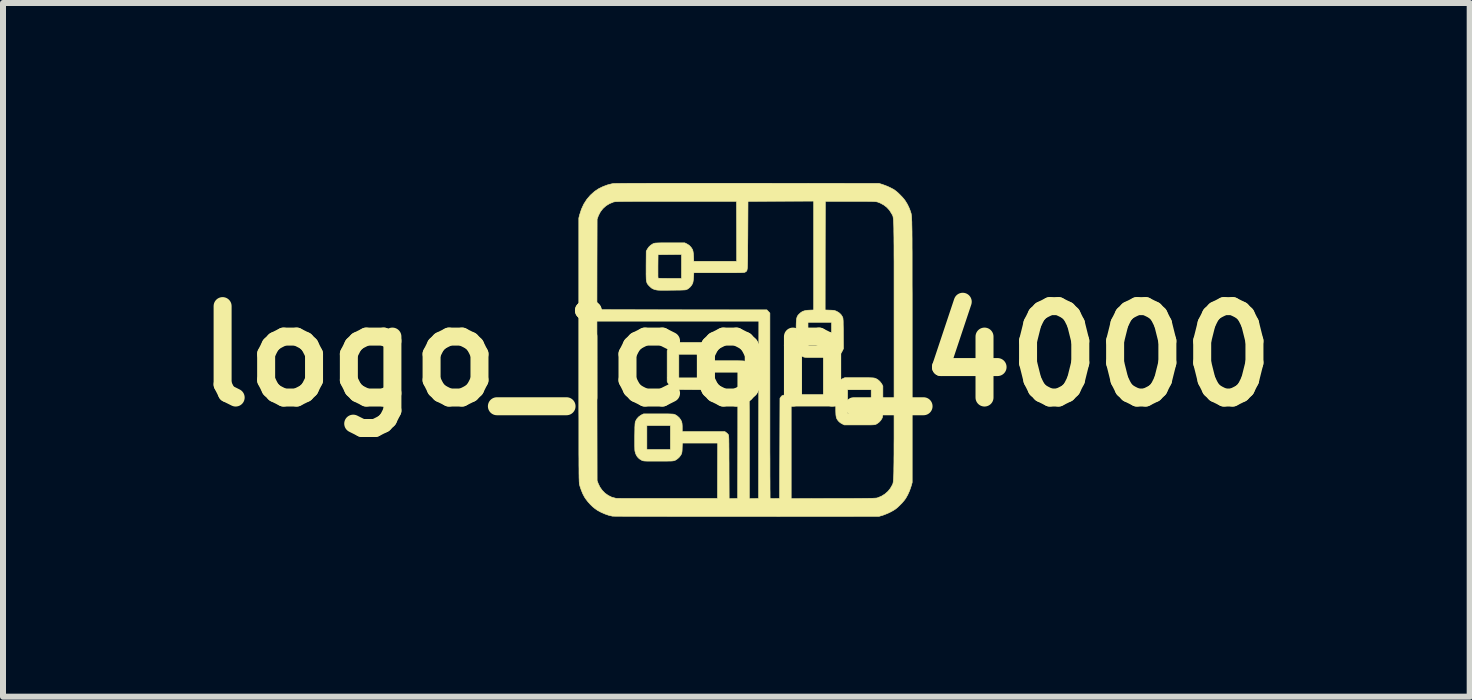
<source format=kicad_pcb>
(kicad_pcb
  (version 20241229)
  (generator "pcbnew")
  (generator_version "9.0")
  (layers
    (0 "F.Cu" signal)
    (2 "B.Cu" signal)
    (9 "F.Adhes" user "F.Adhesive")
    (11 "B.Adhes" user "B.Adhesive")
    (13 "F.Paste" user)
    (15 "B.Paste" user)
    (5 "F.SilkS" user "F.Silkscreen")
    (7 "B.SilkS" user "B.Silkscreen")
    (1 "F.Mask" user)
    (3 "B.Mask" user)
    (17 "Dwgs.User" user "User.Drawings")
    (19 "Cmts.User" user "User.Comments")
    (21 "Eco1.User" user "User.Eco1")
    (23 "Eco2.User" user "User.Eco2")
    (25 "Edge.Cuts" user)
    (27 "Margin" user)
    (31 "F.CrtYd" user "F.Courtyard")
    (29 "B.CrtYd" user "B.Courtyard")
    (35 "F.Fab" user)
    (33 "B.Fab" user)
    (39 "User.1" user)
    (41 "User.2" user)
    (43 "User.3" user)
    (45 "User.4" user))
  (footprint "logo_icon_4000"
    (layer "F.Cu")
    (at 9.224 2.887)
    (property "Reference" "logo_icon_4000" (at 0 0 0) (layer "F.SilkS") (effects (font (size 1.524 1.524) (thickness 0.3))))
    (attr through_hole)
    (fp_poly (pts (xy -0.673 -2.882) (xy -0.503 -2.882) (xy -0.321 -2.882) (xy -0.127 -2.882) (xy 0.079 -2.882) (xy 0.184 -2.882) (xy 2.378 -2.88) (xy 2.435 -2.862) (xy 2.477 -2.847) (xy 2.523 -2.829) (xy 2.567 -2.808) (xy 2.608 -2.787) (xy 2.64 -2.768) (xy 2.64 -2.767) (xy 2.668 -2.746) (xy 2.701 -2.717) (xy 2.735 -2.683) (xy 2.768 -2.649) (xy 2.795 -2.617) (xy 2.812 -2.595) (xy 2.851 -2.532) (xy 2.881 -2.469) (xy 2.898 -2.425) (xy 2.9 -2.416) (xy 2.903 -2.408) (xy 2.906 -2.401) (xy 2.908 -2.394) (xy 2.911 -2.386) (xy 2.913 -2.378) (xy 2.915 -2.369) (xy 2.916 -2.358) (xy 2.918 -2.345) (xy 2.92 -2.329) (xy 2.921 -2.311) (xy 2.922 -2.29) (xy 2.923 -2.265) (xy 2.925 -2.236) (xy 2.925 -2.202) (xy 2.926 -2.164) (xy 2.927 -2.121) (xy 2.928 -2.072) (xy 2.928 -2.017) (xy 2.929 -1.956) (xy 2.929 -1.887) (xy 2.929 -1.812) (xy 2.93 -1.729) (xy 2.93 -1.637) (xy 2.93 -1.538) (xy 2.93 -1.429) (xy 2.93 -1.311) (xy 2.93 -1.184) (xy 2.931 -1.046) (xy 2.931 -0.898) (xy 2.931 -0.74) (xy 2.931 -0.569) (xy 2.931 -0.388) (xy 2.931 -0.194) (xy 2.931 -0.095) (xy 2.931 2.105) (xy 2.913 2.168) (xy 2.888 2.241) (xy 2.857 2.31) (xy 2.822 2.372) (xy 2.819 2.376) (xy 2.795 2.408) (xy 2.764 2.444) (xy 2.729 2.48) (xy 2.694 2.514) (xy 2.661 2.542) (xy 2.65 2.55) (xy 2.616 2.572) (xy 2.574 2.595) (xy 2.527 2.618) (xy 2.48 2.637) (xy 2.438 2.653) (xy 2.429 2.655) (xy 2.378 2.67) (xy 0.171 2.671) (xy 0.004 2.671) (xy -0.159 2.671) (xy -0.32 2.671) (xy -0.476 2.671) (xy -0.628 2.671) (xy -0.774 2.671) (xy -0.916 2.671) (xy -1.051 2.671) (xy -1.18 2.67) (xy -1.303 2.67) (xy -1.418 2.67) (xy -1.525 2.67) (xy -1.624 2.669) (xy -1.714 2.669) (xy -1.795 2.669) (xy -1.867 2.669) (xy -1.928 2.668) (xy -1.979 2.668) (xy -2.019 2.668) (xy -2.047 2.667) (xy -2.064 2.667) (xy -2.068 2.666) (xy -2.128 2.652) (xy -2.191 2.63) (xy -2.255 2.602) (xy -2.314 2.57) (xy -2.357 2.54) (xy -2.395 2.509) (xy -2.435 2.47) (xy -2.473 2.428) (xy -2.506 2.385) (xy -2.53 2.35) (xy -2.56 2.293) (xy -2.586 2.229) (xy -2.608 2.164) (xy -2.615 2.135) (xy -2.616 2.13) (xy -2.617 2.124) (xy -2.618 2.117) (xy -2.618 2.107) (xy -2.619 2.096) (xy -2.62 2.081) (xy -2.62 2.064) (xy -2.621 2.043) (xy -2.622 2.019) (xy -2.622 1.99) (xy -2.623 1.957) (xy -2.623 1.918) (xy -2.623 1.874) (xy -2.624 1.824) (xy -2.624 1.768) (xy -2.624 1.705) (xy -2.625 1.635) (xy -2.625 1.558) (xy -2.625 1.473) (xy -2.625 1.379) (xy -2.625 1.277) (xy -2.625 1.166) (xy -2.625 1.045) (xy -2.626 0.915) (xy -2.626 0.774) (xy -2.626 0.622) (xy -2.626 0.46) (xy -2.626 0.286) (xy -2.626 0.1) (xy -2.626 -0.098) (xy -2.626 -0.584) (xy -2.324 -0.584) (xy -2.323 0.745) (xy -2.321 2.073) (xy -2.304 2.12) (xy -2.275 2.181) (xy -2.236 2.236) (xy -2.189 2.284) (xy -2.135 2.322) (xy -2.076 2.351) (xy -2.012 2.368) (xy -1.997 2.37) (xy -1.988 2.371) (xy -1.968 2.371) (xy -1.936 2.371) (xy -1.894 2.372) (xy -1.842 2.372) (xy -1.782 2.372) (xy -1.713 2.372) (xy -1.637 2.372) (xy -1.554 2.372) (xy -1.466 2.372) (xy -1.373 2.372) (xy -1.275 2.372) (xy -1.173 2.372) (xy -1.146 2.372) (xy -0.314 2.372) (xy -0.313 1.91) (xy -0.311 1.448) (xy -0.9 1.448) (xy -0.903 1.529) (xy -0.904 1.564) (xy -0.906 1.589) (xy -0.909 1.607) (xy -0.913 1.622) (xy -0.919 1.636) (xy -0.922 1.642) (xy -0.946 1.677) (xy -0.978 1.708) (xy -1.013 1.732) (xy -1.026 1.737) (xy -1.035 1.74) (xy -1.044 1.743) (xy -1.056 1.745) (xy -1.072 1.747) (xy -1.092 1.748) (xy -1.119 1.748) (xy -1.153 1.749) (xy -1.197 1.749) (xy -1.25 1.749) (xy -1.302 1.749) (xy -1.364 1.749) (xy -1.415 1.749) (xy -1.456 1.749) (xy -1.488 1.749) (xy -1.513 1.748) (xy -1.532 1.747) (xy -1.546 1.745) (xy -1.556 1.743) (xy -1.565 1.74) (xy -1.573 1.737) (xy -1.576 1.736) (xy -1.618 1.71) (xy -1.652 1.675) (xy -1.676 1.631) (xy -1.69 1.584) (xy -1.692 1.567) (xy -1.693 1.537) (xy -1.694 1.496) (xy -1.694 1.446) (xy -1.694 1.387) (xy -1.694 1.331) (xy -1.693 1.272) (xy -1.692 1.223) (xy -1.692 1.185) (xy -1.69 1.156) (xy -1.492 1.156) (xy -1.492 1.556) (xy -1.099 1.556) (xy -1.099 1.156) (xy -1.492 1.156) (xy -1.69 1.156) (xy -1.69 1.154) (xy -1.689 1.131) (xy -1.687 1.114) (xy -1.685 1.1) (xy -1.682 1.09) (xy -1.68 1.085) (xy -1.66 1.048) (xy -1.631 1.014) (xy -1.595 0.987) (xy -1.583 0.98) (xy -1.546 0.962) (xy -1.299 0.962) (xy -1.236 0.962) (xy -1.185 0.962) (xy -1.144 0.962) (xy -1.111 0.963) (xy -1.086 0.964) (xy -1.067 0.965) (xy -1.053 0.966) (xy -1.042 0.968) (xy -1.033 0.971) (xy -1.024 0.974) (xy -1.017 0.977) (xy -0.984 0.998) (xy -0.953 1.026) (xy -0.928 1.06) (xy -0.912 1.092) (xy -0.905 1.124) (xy -0.902 1.167) (xy -0.902 1.191) (xy -0.902 1.257) (xy -0.192 1.257) (xy -0.171 1.272) (xy -0.154 1.286) (xy -0.138 1.302) (xy -0.137 1.304) (xy -0.135 1.307) (xy -0.133 1.311) (xy -0.131 1.316) (xy -0.129 1.324) (xy -0.128 1.334) (xy -0.127 1.348) (xy -0.126 1.367) (xy -0.125 1.391) (xy -0.125 1.422) (xy -0.124 1.459) (xy -0.124 1.505) (xy -0.123 1.56) (xy -0.123 1.624) (xy -0.123 1.699) (xy -0.122 1.784) (xy -0.122 1.849) (xy -0.12 2.375) (xy -0.049 2.374) (xy 0.022 2.372) (xy 0.024 1.319) (xy 0.025 0.267) (xy -0.368 0.267) (xy -0.368 0.335) (xy -0.369 0.38) (xy -0.374 0.415) (xy -0.382 0.443) (xy -0.396 0.468) (xy -0.415 0.492) (xy -0.425 0.502) (xy -0.439 0.516) (xy -0.451 0.527) (xy -0.464 0.536) (xy -0.477 0.543) (xy -0.494 0.549) (xy -0.514 0.553) (xy -0.54 0.555) (xy -0.572 0.557) (xy -0.613 0.558) (xy -0.662 0.558) (xy -0.722 0.558) (xy -0.772 0.557) (xy -1.019 0.556) (xy -1.051 0.539) (xy -1.092 0.51) (xy -1.125 0.472) (xy -1.138 0.451) (xy -1.153 0.422) (xy -1.153 -0.032) (xy -0.959 -0.032) (xy -0.959 0.362) (xy -0.565 0.362) (xy -0.565 -0.032) (xy -0.959 -0.032) (xy -1.153 -0.032) (xy -1.153 -0.092) (xy -1.136 -0.124) (xy -1.109 -0.163) (xy -1.074 -0.194) (xy -1.041 -0.212) (xy -1.006 -0.228) (xy -0.765 -0.229) (xy -0.697 -0.229) (xy -0.642 -0.228) (xy -0.596 -0.228) (xy -0.559 -0.226) (xy -0.529 -0.224) (xy -0.505 -0.221) (xy -0.487 -0.216) (xy -0.471 -0.21) (xy -0.458 -0.202) (xy -0.446 -0.192) (xy -0.433 -0.18) (xy -0.425 -0.172) (xy -0.404 -0.148) (xy -0.388 -0.126) (xy -0.378 -0.101) (xy -0.372 -0.071) (xy -0.369 -0.034) (xy -0.368 0.001) (xy -0.368 0.076) (xy -0.117 0.076) (xy -0.051 0.076) (xy 0.004 0.076) (xy 0.049 0.077) (xy 0.085 0.078) (xy 0.113 0.079) (xy 0.135 0.082) (xy 0.151 0.085) (xy 0.163 0.089) (xy 0.172 0.094) (xy 0.18 0.1) (xy 0.188 0.108) (xy 0.188 0.109) (xy 0.199 0.125) (xy 0.208 0.146) (xy 0.209 0.149) (xy 0.21 0.158) (xy 0.211 0.175) (xy 0.212 0.202) (xy 0.212 0.239) (xy 0.213 0.287) (xy 0.214 0.344) (xy 0.214 0.412) (xy 0.215 0.491) (xy 0.215 0.581) (xy 0.215 0.682) (xy 0.215 0.795) (xy 0.216 0.92) (xy 0.216 1.057) (xy 0.216 1.206) (xy 0.216 1.275) (xy 0.216 2.375) (xy 0.294 2.374) (xy 0.371 2.372) (xy 0.373 0.894) (xy 0.375 -0.584) (xy -2.324 -0.584) (xy -2.626 -0.584) (xy -2.626 -0.775) (xy -2.324 -0.775) (xy -0.908 -0.773) (xy 0.509 -0.772) (xy 0.534 -0.745) (xy 0.559 -0.718) (xy 0.559 0.824) (xy 0.559 0.963) (xy 0.559 1.099) (xy 0.559 1.231) (xy 0.559 1.358) (xy 0.559 1.481) (xy 0.559 1.598) (xy 0.56 1.709) (xy 0.56 1.813) (xy 0.56 1.91) (xy 0.56 1.999) (xy 0.561 2.08) (xy 0.561 2.153) (xy 0.561 2.216) (xy 0.562 2.269) (xy 0.562 2.311) (xy 0.562 2.343) (xy 0.563 2.363) (xy 0.563 2.371) (xy 0.563 2.371) (xy 0.571 2.372) (xy 0.589 2.373) (xy 0.614 2.374) (xy 0.644 2.374) (xy 0.644 2.373) (xy 0.721 2.372) (xy 0.727 0.702) (xy 0.741 0.682) (xy 0.747 0.674) (xy 0.752 0.667) (xy 0.758 0.662) (xy 0.766 0.657) (xy 0.777 0.653) (xy 0.791 0.65) (xy 0.809 0.647) (xy 0.833 0.645) (xy 0.863 0.644) (xy 0.901 0.643) (xy 0.946 0.642) (xy 1.001 0.642) (xy 1.065 0.641) (xy 1.14 0.641) (xy 1.227 0.641) (xy 1.232 0.641) (xy 1.657 0.641) (xy 1.657 0.573) (xy 1.657 0.559) (xy 1.854 0.559) (xy 1.854 0.953) (xy 2.248 0.953) (xy 2.248 0.559) (xy 1.854 0.559) (xy 1.657 0.559) (xy 1.658 0.541) (xy 1.659 0.519) (xy 1.662 0.502) (xy 1.667 0.486) (xy 1.675 0.468) (xy 1.677 0.465) (xy 1.696 0.432) (xy 1.72 0.407) (xy 1.751 0.386) (xy 1.772 0.375) (xy 1.807 0.359) (xy 2.048 0.359) (xy 2.11 0.359) (xy 2.161 0.359) (xy 2.202 0.359) (xy 2.235 0.36) (xy 2.26 0.361) (xy 2.279 0.362) (xy 2.293 0.364) (xy 2.305 0.366) (xy 2.314 0.369) (xy 2.321 0.371) (xy 2.356 0.39) (xy 2.39 0.419) (xy 2.417 0.453) (xy 2.425 0.466) (xy 2.442 0.498) (xy 2.442 0.752) (xy 2.442 0.816) (xy 2.441 0.868) (xy 2.441 0.91) (xy 2.441 0.944) (xy 2.44 0.969) (xy 2.439 0.989) (xy 2.437 1.004) (xy 2.436 1.015) (xy 2.433 1.023) (xy 2.43 1.031) (xy 2.428 1.036) (xy 2.407 1.07) (xy 2.378 1.101) (xy 2.344 1.126) (xy 2.331 1.133) (xy 2.324 1.136) (xy 2.316 1.139) (xy 2.306 1.141) (xy 2.294 1.143) (xy 2.277 1.144) (xy 2.255 1.145) (xy 2.226 1.146) (xy 2.189 1.146) (xy 2.143 1.146) (xy 2.086 1.146) (xy 2.051 1.146) (xy 1.8 1.146) (xy 1.764 1.128) (xy 1.738 1.113) (xy 1.713 1.093) (xy 1.703 1.082) (xy 1.685 1.06) (xy 1.673 1.038) (xy 1.665 1.012) (xy 1.66 0.981) (xy 1.658 0.941) (xy 1.657 0.913) (xy 1.657 0.832) (xy 0.914 0.832) (xy 0.914 2.375) (xy 1.618 2.373) (xy 1.728 2.373) (xy 1.826 2.373) (xy 1.912 2.373) (xy 1.988 2.372) (xy 2.055 2.372) (xy 2.112 2.371) (xy 2.161 2.371) (xy 2.203 2.37) (xy 2.237 2.37) (xy 2.266 2.369) (xy 2.289 2.368) (xy 2.307 2.367) (xy 2.322 2.366) (xy 2.333 2.365) (xy 2.342 2.364) (xy 2.349 2.362) (xy 2.355 2.36) (xy 2.356 2.36) (xy 2.421 2.333) (xy 2.478 2.297) (xy 2.528 2.253) (xy 2.568 2.203) (xy 2.586 2.171) (xy 2.59 2.164) (xy 2.594 2.158) (xy 2.597 2.152) (xy 2.6 2.147) (xy 2.603 2.141) (xy 2.606 2.135) (xy 2.608 2.128) (xy 2.611 2.12) (xy 2.613 2.11) (xy 2.615 2.097) (xy 2.617 2.082) (xy 2.618 2.064) (xy 2.62 2.043) (xy 2.621 2.018) (xy 2.623 1.989) (xy 2.624 1.955) (xy 2.625 1.916) (xy 2.625 1.872) (xy 2.626 1.821) (xy 2.627 1.765) (xy 2.627 1.702) (xy 2.628 1.632) (xy 2.628 1.555) (xy 2.628 1.469) (xy 2.629 1.376) (xy 2.629 1.274) (xy 2.629 1.162) (xy 2.629 1.042) (xy 2.629 0.911) (xy 2.629 0.77) (xy 2.629 0.619) (xy 2.629 0.456) (xy 2.629 0.282) (xy 2.629 0.096) (xy 2.629 -0.102) (xy 2.629 -0.105) (xy 2.629 -0.303) (xy 2.629 -0.489) (xy 2.629 -0.663) (xy 2.629 -0.826) (xy 2.629 -0.978) (xy 2.629 -1.119) (xy 2.629 -1.249) (xy 2.629 -1.37) (xy 2.629 -1.482) (xy 2.629 -1.584) (xy 2.628 -1.678) (xy 2.628 -1.763) (xy 2.628 -1.841) (xy 2.627 -1.911) (xy 2.627 -1.974) (xy 2.626 -2.03) (xy 2.625 -2.08) (xy 2.625 -2.125) (xy 2.624 -2.164) (xy 2.623 -2.198) (xy 2.621 -2.227) (xy 2.62 -2.252) (xy 2.619 -2.273) (xy 2.617 -2.291) (xy 2.615 -2.306) (xy 2.613 -2.319) (xy 2.611 -2.329) (xy 2.609 -2.337) (xy 2.606 -2.344) (xy 2.603 -2.35) (xy 2.6 -2.356) (xy 2.597 -2.361) (xy 2.594 -2.367) (xy 2.59 -2.373) (xy 2.586 -2.38) (xy 2.553 -2.433) (xy 2.509 -2.481) (xy 2.457 -2.521) (xy 2.398 -2.553) (xy 2.353 -2.57) (xy 2.344 -2.572) (xy 2.335 -2.574) (xy 2.324 -2.576) (xy 2.31 -2.577) (xy 2.292 -2.578) (xy 2.269 -2.579) (xy 2.241 -2.58) (xy 2.205 -2.58) (xy 2.162 -2.581) (xy 2.11 -2.581) (xy 2.048 -2.581) (xy 1.975 -2.581) (xy 1.899 -2.581) (xy 1.483 -2.581) (xy 1.481 -1.676) (xy 1.48 -0.77) (xy 1.558 -0.767) (xy 1.592 -0.766) (xy 1.616 -0.764) (xy 1.635 -0.761) (xy 1.651 -0.756) (xy 1.668 -0.749) (xy 1.678 -0.744) (xy 1.714 -0.722) (xy 1.743 -0.695) (xy 1.767 -0.658) (xy 1.769 -0.654) (xy 1.772 -0.648) (xy 1.775 -0.64) (xy 1.777 -0.63) (xy 1.778 -0.616) (xy 1.78 -0.597) (xy 1.781 -0.571) (xy 1.781 -0.538) (xy 1.782 -0.496) (xy 1.783 -0.444) (xy 1.783 -0.381) (xy 1.783 -0.379) (xy 1.785 -0.126) (xy 1.77 -0.093) (xy 1.745 -0.05) (xy 1.713 -0.017) (xy 1.678 0.005) (xy 1.641 0.022) (xy 1.391 0.022) (xy 1.328 0.022) (xy 1.276 0.022) (xy 1.234 0.022) (xy 1.201 0.021) (xy 1.176 0.021) (xy 1.156 0.02) (xy 1.142 0.018) (xy 1.131 0.016) (xy 1.122 0.014) (xy 1.115 0.01) (xy 1.11 0.008) (xy 1.075 -0.013) (xy 1.044 -0.044) (xy 1.019 -0.079) (xy 1.01 -0.099) (xy 1.007 -0.109) (xy 1.004 -0.118) (xy 1.002 -0.13) (xy 1 -0.145) (xy 0.999 -0.164) (xy 0.998 -0.189) (xy 0.997 -0.221) (xy 0.997 -0.262) (xy 0.997 -0.313) (xy 0.997 -0.371) (xy 0.997 -0.439) (xy 0.997 -0.494) (xy 0.998 -0.54) (xy 0.999 -0.565) (xy 1.194 -0.565) (xy 1.194 -0.171) (xy 1.587 -0.171) (xy 1.587 -0.565) (xy 1.194 -0.565) (xy 0.999 -0.565) (xy 1 -0.577) (xy 1.002 -0.606) (xy 1.006 -0.63) (xy 1.011 -0.649) (xy 1.017 -0.664) (xy 1.025 -0.677) (xy 1.035 -0.69) (xy 1.048 -0.703) (xy 1.049 -0.704) (xy 1.077 -0.729) (xy 1.107 -0.747) (xy 1.142 -0.758) (xy 1.184 -0.765) (xy 1.218 -0.767) (xy 1.289 -0.77) (xy 1.289 -2.585) (xy 0.741 -2.583) (xy 0.194 -2.581) (xy 0.191 -2.013) (xy 0.19 -1.914) (xy 0.189 -1.826) (xy 0.189 -1.75) (xy 0.189 -1.684) (xy 0.188 -1.627) (xy 0.187 -1.579) (xy 0.186 -1.54) (xy 0.185 -1.507) (xy 0.184 -1.481) (xy 0.182 -1.46) (xy 0.179 -1.444) (xy 0.177 -1.432) (xy 0.173 -1.424) (xy 0.169 -1.418) (xy 0.165 -1.413) (xy 0.159 -1.409) (xy 0.153 -1.406) (xy 0.148 -1.402) (xy 0.144 -1.4) (xy 0.139 -1.398) (xy 0.131 -1.396) (xy 0.121 -1.395) (xy 0.107 -1.394) (xy 0.088 -1.393) (xy 0.063 -1.392) (xy 0.031 -1.392) (xy -0.009 -1.391) (xy -0.057 -1.391) (xy -0.115 -1.391) (xy -0.183 -1.391) (xy -0.263 -1.391) (xy -0.29 -1.391) (xy -0.709 -1.391) (xy -0.713 -1.319) (xy -0.716 -1.283) (xy -0.72 -1.251) (xy -0.725 -1.226) (xy -0.727 -1.218) (xy -0.745 -1.184) (xy -0.771 -1.152) (xy -0.802 -1.126) (xy -0.817 -1.117) (xy -0.826 -1.113) (xy -0.834 -1.11) (xy -0.843 -1.107) (xy -0.855 -1.105) (xy -0.87 -1.104) (xy -0.891 -1.103) (xy -0.919 -1.102) (xy -0.955 -1.101) (xy -1 -1.101) (xy -1.056 -1.1) (xy -1.082 -1.1) (xy -1.143 -1.099) (xy -1.193 -1.099) (xy -1.233 -1.099) (xy -1.264 -1.099) (xy -1.289 -1.1) (xy -1.309 -1.101) (xy -1.324 -1.103) (xy -1.337 -1.105) (xy -1.349 -1.108) (xy -1.361 -1.111) (xy -1.361 -1.111) (xy -1.385 -1.12) (xy -1.404 -1.129) (xy -1.422 -1.143) (xy -1.444 -1.163) (xy -1.445 -1.165) (xy -1.46 -1.179) (xy -1.471 -1.192) (xy -1.481 -1.205) (xy -1.489 -1.22) (xy -1.494 -1.237) (xy -1.499 -1.258) (xy -1.502 -1.284) (xy -1.503 -1.317) (xy -1.504 -1.358) (xy -1.504 -1.408) (xy -1.504 -1.409) (xy -1.307 -1.409) (xy -1.307 -1.371) (xy -1.307 -1.339) (xy -1.306 -1.317) (xy -1.305 -1.305) (xy -1.305 -1.303) (xy -1.302 -1.301) (xy -1.292 -1.299) (xy -1.275 -1.298) (xy -1.249 -1.297) (xy -1.214 -1.296) (xy -1.169 -1.296) (xy -1.113 -1.295) (xy -1.108 -1.295) (xy -0.914 -1.295) (xy -0.914 -1.696) (xy -1.11 -1.694) (xy -1.305 -1.692) (xy -1.307 -1.502) (xy -1.307 -1.454) (xy -1.307 -1.409) (xy -1.504 -1.409) (xy -1.504 -1.468) (xy -1.504 -1.512) (xy -1.502 -1.749) (xy -1.485 -1.781) (xy -1.461 -1.817) (xy -1.429 -1.848) (xy -1.394 -1.871) (xy -1.381 -1.877) (xy -1.372 -1.88) (xy -1.362 -1.883) (xy -1.35 -1.885) (xy -1.335 -1.886) (xy -1.314 -1.887) (xy -1.288 -1.888) (xy -1.253 -1.889) (xy -1.21 -1.889) (xy -1.156 -1.889) (xy -1.105 -1.889) (xy -0.86 -1.889) (xy -0.824 -1.871) (xy -0.787 -1.848) (xy -0.756 -1.816) (xy -0.733 -1.781) (xy -0.727 -1.767) (xy -0.721 -1.741) (xy -0.716 -1.705) (xy -0.713 -1.66) (xy -0.713 -1.659) (xy -0.71 -1.581) (xy -0.352 -1.581) (xy 0.006 -1.581) (xy 0.005 -2.081) (xy 0.003 -2.581) (xy -1.003 -2.581) (xy -1.136 -2.581) (xy -1.256 -2.581) (xy -1.365 -2.581) (xy -1.463 -2.581) (xy -1.551 -2.581) (xy -1.629 -2.581) (xy -1.698 -2.581) (xy -1.759 -2.58) (xy -1.811 -2.58) (xy -1.857 -2.58) (xy -1.895 -2.579) (xy -1.928 -2.579) (xy -1.955 -2.578) (xy -1.978 -2.577) (xy -1.996 -2.577) (xy -2.01 -2.576) (xy -2.022 -2.575) (xy -2.031 -2.573) (xy -2.038 -2.572) (xy -2.044 -2.571) (xy -2.048 -2.57) (xy -2.114 -2.543) (xy -2.173 -2.507) (xy -2.224 -2.461) (xy -2.266 -2.407) (xy -2.298 -2.346) (xy -2.304 -2.33) (xy -2.321 -2.283) (xy -2.323 -1.529) (xy -2.324 -0.775) (xy -2.626 -0.775) (xy -2.626 -2.302) (xy -2.612 -2.357) (xy -2.582 -2.45) (xy -2.542 -2.536) (xy -2.492 -2.614) (xy -2.433 -2.683) (xy -2.364 -2.745) (xy -2.357 -2.75) (xy -2.294 -2.792) (xy -2.222 -2.827) (xy -2.147 -2.855) (xy -2.072 -2.874) (xy -2.057 -2.876) (xy -2.049 -2.877) (xy -2.035 -2.878) (xy -2.013 -2.878) (xy -1.985 -2.879) (xy -1.949 -2.879) (xy -1.905 -2.88) (xy -1.853 -2.88) (xy -1.793 -2.881) (xy -1.724 -2.881) (xy -1.647 -2.881) (xy -1.56 -2.881) (xy -1.464 -2.882) (xy -1.358 -2.882) (xy -1.242 -2.882) (xy -1.116 -2.882) (xy -0.979 -2.882) (xy -0.832 -2.882) (xy -0.673 -2.882)) (stroke (width 0.01) (type solid)) (fill yes) (layer "F.SilkS")))
  (gr_rect
    (start -3 -3)
    (end 21.448 8.563)
    (stroke (width 0.1) (type default))
    (fill no)
    (layer "Edge.Cuts")))
</source>
